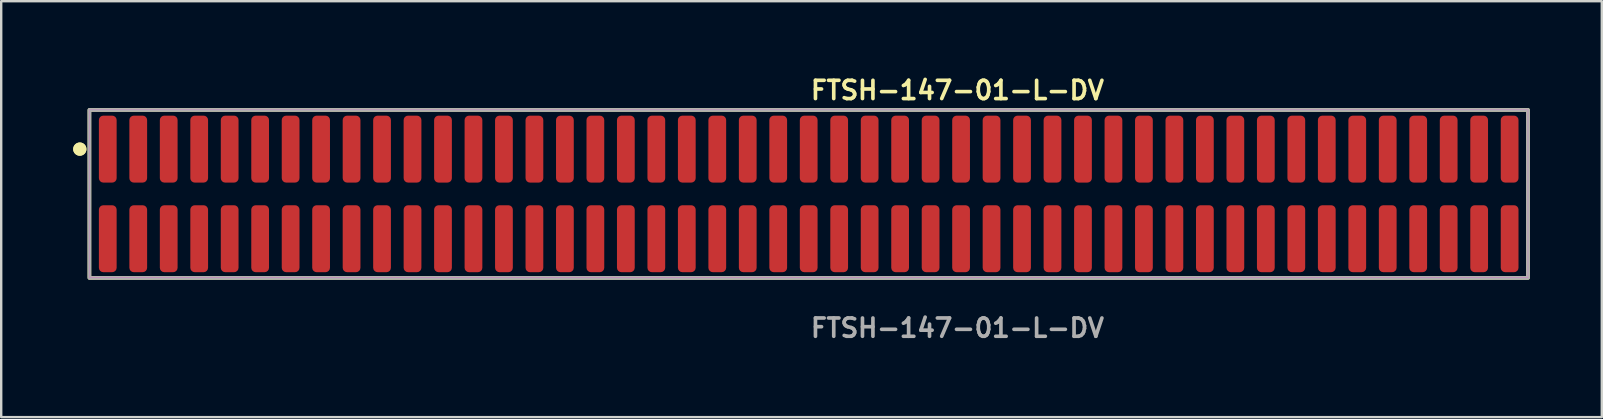
<source format=kicad_pcb>
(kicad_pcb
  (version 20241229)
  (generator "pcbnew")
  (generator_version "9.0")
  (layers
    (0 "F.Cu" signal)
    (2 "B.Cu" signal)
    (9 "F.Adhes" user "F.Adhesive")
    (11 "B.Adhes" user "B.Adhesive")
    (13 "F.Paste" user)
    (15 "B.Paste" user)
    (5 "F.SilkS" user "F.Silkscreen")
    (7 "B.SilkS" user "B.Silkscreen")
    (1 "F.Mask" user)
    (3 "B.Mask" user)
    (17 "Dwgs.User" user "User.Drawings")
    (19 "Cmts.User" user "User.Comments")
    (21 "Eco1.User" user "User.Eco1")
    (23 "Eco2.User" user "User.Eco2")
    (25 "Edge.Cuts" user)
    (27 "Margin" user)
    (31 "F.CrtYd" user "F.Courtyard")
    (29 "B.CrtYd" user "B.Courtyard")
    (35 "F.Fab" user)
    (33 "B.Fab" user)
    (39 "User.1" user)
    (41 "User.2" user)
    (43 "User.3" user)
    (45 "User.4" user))
  (footprint "FTSH-147-01-L-DV"
    (layer "F.Cu")
    (at 30.651 5.031)
    (property "Reference" "FTSH-147-01-L-DV" (at 0 -4.318 0) (unlocked yes) (layer "F.SilkS") (effects (font (size 0.762 0.762) (thickness 0.152)) (justify left)))
    (fp_rect (start -29.975 3.5) (end 29.975 -3.5) (stroke (width 0.152) (type solid)) (fill no) (layer "F.SilkS"))
    (fp_circle (center -30.375 -1.867) (end -30.575 -1.867) (stroke (width 0.152) (type solid)) (fill yes) (layer "F.SilkS"))
    (fp_circle (center -30.375 -1.867) (end -30.575 -1.867) (stroke (width 0.152) (type solid)) (fill yes) (layer "F.SilkS"))
    (fp_rect (start -29.975 3.5) (end 29.975 -3.5) (stroke (width 0.006) (type solid)) (fill no) (layer "F.CrtYd"))
    (fp_rect (start -29.975 3.5) (end 29.975 -3.5) (stroke (width 0.152) (type solid)) (fill no) (layer "F.Fab"))
    (fp_text user "${REFERENCE}" (at 0 5.588 0) (unlocked yes) (layer "F.Fab") (effects (font (size 0.762 0.762) (thickness 0.152)) (justify left)))
    (pad "1" smd roundrect (at -29.21 -1.867) (size 0.74 2.79) (layers "F.Cu" "F.Paste") (roundrect_rratio 0.25))
    (pad "2" smd roundrect (at -29.21 1.867) (size 0.74 2.79) (layers "F.Cu" "F.Paste") (roundrect_rratio 0.25))
    (pad "3" smd roundrect (at -27.94 -1.867) (size 0.74 2.79) (layers "F.Cu" "F.Paste") (roundrect_rratio 0.25))
    (pad "4" smd roundrect (at -27.94 1.867) (size 0.74 2.79) (layers "F.Cu" "F.Paste") (roundrect_rratio 0.25))
    (pad "5" smd roundrect (at -26.67 -1.867) (size 0.74 2.79) (layers "F.Cu" "F.Paste") (roundrect_rratio 0.25))
    (pad "6" smd roundrect (at -26.67 1.867) (size 0.74 2.79) (layers "F.Cu" "F.Paste") (roundrect_rratio 0.25))
    (pad "7" smd roundrect (at -25.4 -1.867) (size 0.74 2.79) (layers "F.Cu" "F.Paste") (roundrect_rratio 0.25))
    (pad "8" smd roundrect (at -25.4 1.867) (size 0.74 2.79) (layers "F.Cu" "F.Paste") (roundrect_rratio 0.25))
    (pad "9" smd roundrect (at -24.13 -1.867) (size 0.74 2.79) (layers "F.Cu" "F.Paste") (roundrect_rratio 0.25))
    (pad "10" smd roundrect (at -24.13 1.867) (size 0.74 2.79) (layers "F.Cu" "F.Paste") (roundrect_rratio 0.25))
    (pad "11" smd roundrect (at -22.86 -1.867) (size 0.74 2.79) (layers "F.Cu" "F.Paste") (roundrect_rratio 0.25))
    (pad "12" smd roundrect (at -22.86 1.867) (size 0.74 2.79) (layers "F.Cu" "F.Paste") (roundrect_rratio 0.25))
    (pad "13" smd roundrect (at -21.59 -1.867) (size 0.74 2.79) (layers "F.Cu" "F.Paste") (roundrect_rratio 0.25))
    (pad "14" smd roundrect (at -21.59 1.867) (size 0.74 2.79) (layers "F.Cu" "F.Paste") (roundrect_rratio 0.25))
    (pad "15" smd roundrect (at -20.32 -1.867) (size 0.74 2.79) (layers "F.Cu" "F.Paste") (roundrect_rratio 0.25))
    (pad "16" smd roundrect (at -20.32 1.867) (size 0.74 2.79) (layers "F.Cu" "F.Paste") (roundrect_rratio 0.25))
    (pad "17" smd roundrect (at -19.05 -1.867) (size 0.74 2.79) (layers "F.Cu" "F.Paste") (roundrect_rratio 0.25))
    (pad "18" smd roundrect (at -19.05 1.867) (size 0.74 2.79) (layers "F.Cu" "F.Paste") (roundrect_rratio 0.25))
    (pad "19" smd roundrect (at -17.78 -1.867) (size 0.74 2.79) (layers "F.Cu" "F.Paste") (roundrect_rratio 0.25))
    (pad "20" smd roundrect (at -17.78 1.867) (size 0.74 2.79) (layers "F.Cu" "F.Paste") (roundrect_rratio 0.25))
    (pad "21" smd roundrect (at -16.51 -1.867) (size 0.74 2.79) (layers "F.Cu" "F.Paste") (roundrect_rratio 0.25))
    (pad "22" smd roundrect (at -16.51 1.867) (size 0.74 2.79) (layers "F.Cu" "F.Paste") (roundrect_rratio 0.25))
    (pad "23" smd roundrect (at -15.24 -1.867) (size 0.74 2.79) (layers "F.Cu" "F.Paste") (roundrect_rratio 0.25))
    (pad "24" smd roundrect (at -15.24 1.867) (size 0.74 2.79) (layers "F.Cu" "F.Paste") (roundrect_rratio 0.25))
    (pad "25" smd roundrect (at -13.97 -1.867) (size 0.74 2.79) (layers "F.Cu" "F.Paste") (roundrect_rratio 0.25))
    (pad "26" smd roundrect (at -13.97 1.867) (size 0.74 2.79) (layers "F.Cu" "F.Paste") (roundrect_rratio 0.25))
    (pad "27" smd roundrect (at -12.7 -1.867) (size 0.74 2.79) (layers "F.Cu" "F.Paste") (roundrect_rratio 0.25))
    (pad "28" smd roundrect (at -12.7 1.867) (size 0.74 2.79) (layers "F.Cu" "F.Paste") (roundrect_rratio 0.25))
    (pad "29" smd roundrect (at -11.43 -1.867) (size 0.74 2.79) (layers "F.Cu" "F.Paste") (roundrect_rratio 0.25))
    (pad "30" smd roundrect (at -11.43 1.867) (size 0.74 2.79) (layers "F.Cu" "F.Paste") (roundrect_rratio 0.25))
    (pad "31" smd roundrect (at -10.16 -1.867) (size 0.74 2.79) (layers "F.Cu" "F.Paste") (roundrect_rratio 0.25))
    (pad "32" smd roundrect (at -10.16 1.867) (size 0.74 2.79) (layers "F.Cu" "F.Paste") (roundrect_rratio 0.25))
    (pad "33" smd roundrect (at -8.89 -1.867) (size 0.74 2.79) (layers "F.Cu" "F.Paste") (roundrect_rratio 0.25))
    (pad "34" smd roundrect (at -8.89 1.867) (size 0.74 2.79) (layers "F.Cu" "F.Paste") (roundrect_rratio 0.25))
    (pad "35" smd roundrect (at -7.62 -1.867) (size 0.74 2.79) (layers "F.Cu" "F.Paste") (roundrect_rratio 0.25))
    (pad "36" smd roundrect (at -7.62 1.867) (size 0.74 2.79) (layers "F.Cu" "F.Paste") (roundrect_rratio 0.25))
    (pad "37" smd roundrect (at -6.35 -1.867) (size 0.74 2.79) (layers "F.Cu" "F.Paste") (roundrect_rratio 0.25))
    (pad "38" smd roundrect (at -6.35 1.867) (size 0.74 2.79) (layers "F.Cu" "F.Paste") (roundrect_rratio 0.25))
    (pad "39" smd roundrect (at -5.08 -1.867) (size 0.74 2.79) (layers "F.Cu" "F.Paste") (roundrect_rratio 0.25))
    (pad "40" smd roundrect (at -5.08 1.867) (size 0.74 2.79) (layers "F.Cu" "F.Paste") (roundrect_rratio 0.25))
    (pad "41" smd roundrect (at -3.81 -1.867) (size 0.74 2.79) (layers "F.Cu" "F.Paste") (roundrect_rratio 0.25))
    (pad "42" smd roundrect (at -3.81 1.867) (size 0.74 2.79) (layers "F.Cu" "F.Paste") (roundrect_rratio 0.25))
    (pad "43" smd roundrect (at -2.54 -1.867) (size 0.74 2.79) (layers "F.Cu" "F.Paste") (roundrect_rratio 0.25))
    (pad "44" smd roundrect (at -2.54 1.867) (size 0.74 2.79) (layers "F.Cu" "F.Paste") (roundrect_rratio 0.25))
    (pad "45" smd roundrect (at -1.27 -1.867) (size 0.74 2.79) (layers "F.Cu" "F.Paste") (roundrect_rratio 0.25))
    (pad "46" smd roundrect (at -1.27 1.867) (size 0.74 2.79) (layers "F.Cu" "F.Paste") (roundrect_rratio 0.25))
    (pad "47" smd roundrect (at 0 -1.867) (size 0.74 2.79) (layers "F.Cu" "F.Paste") (roundrect_rratio 0.25))
    (pad "48" smd roundrect (at 0 1.867) (size 0.74 2.79) (layers "F.Cu" "F.Paste") (roundrect_rratio 0.25))
    (pad "49" smd roundrect (at 1.27 -1.867) (size 0.74 2.79) (layers "F.Cu" "F.Paste") (roundrect_rratio 0.25))
    (pad "50" smd roundrect (at 1.27 1.867) (size 0.74 2.79) (layers "F.Cu" "F.Paste") (roundrect_rratio 0.25))
    (pad "51" smd roundrect (at 2.54 -1.867) (size 0.74 2.79) (layers "F.Cu" "F.Paste") (roundrect_rratio 0.25))
    (pad "52" smd roundrect (at 2.54 1.867) (size 0.74 2.79) (layers "F.Cu" "F.Paste") (roundrect_rratio 0.25))
    (pad "53" smd roundrect (at 3.81 -1.867) (size 0.74 2.79) (layers "F.Cu" "F.Paste") (roundrect_rratio 0.25))
    (pad "54" smd roundrect (at 3.81 1.867) (size 0.74 2.79) (layers "F.Cu" "F.Paste") (roundrect_rratio 0.25))
    (pad "55" smd roundrect (at 5.08 -1.867) (size 0.74 2.79) (layers "F.Cu" "F.Paste") (roundrect_rratio 0.25))
    (pad "56" smd roundrect (at 5.08 1.867) (size 0.74 2.79) (layers "F.Cu" "F.Paste") (roundrect_rratio 0.25))
    (pad "57" smd roundrect (at 6.35 -1.867) (size 0.74 2.79) (layers "F.Cu" "F.Paste") (roundrect_rratio 0.25))
    (pad "58" smd roundrect (at 6.35 1.867) (size 0.74 2.79) (layers "F.Cu" "F.Paste") (roundrect_rratio 0.25))
    (pad "59" smd roundrect (at 7.62 -1.867) (size 0.74 2.79) (layers "F.Cu" "F.Paste") (roundrect_rratio 0.25))
    (pad "60" smd roundrect (at 7.62 1.867) (size 0.74 2.79) (layers "F.Cu" "F.Paste") (roundrect_rratio 0.25))
    (pad "61" smd roundrect (at 8.89 -1.867) (size 0.74 2.79) (layers "F.Cu" "F.Paste") (roundrect_rratio 0.25))
    (pad "62" smd roundrect (at 8.89 1.867) (size 0.74 2.79) (layers "F.Cu" "F.Paste") (roundrect_rratio 0.25))
    (pad "63" smd roundrect (at 10.16 -1.867) (size 0.74 2.79) (layers "F.Cu" "F.Paste") (roundrect_rratio 0.25))
    (pad "64" smd roundrect (at 10.16 1.867) (size 0.74 2.79) (layers "F.Cu" "F.Paste") (roundrect_rratio 0.25))
    (pad "65" smd roundrect (at 11.43 -1.867) (size 0.74 2.79) (layers "F.Cu" "F.Paste") (roundrect_rratio 0.25))
    (pad "66" smd roundrect (at 11.43 1.867) (size 0.74 2.79) (layers "F.Cu" "F.Paste") (roundrect_rratio 0.25))
    (pad "67" smd roundrect (at 12.7 -1.867) (size 0.74 2.79) (layers "F.Cu" "F.Paste") (roundrect_rratio 0.25))
    (pad "68" smd roundrect (at 12.7 1.867) (size 0.74 2.79) (layers "F.Cu" "F.Paste") (roundrect_rratio 0.25))
    (pad "69" smd roundrect (at 13.97 -1.867) (size 0.74 2.79) (layers "F.Cu" "F.Paste") (roundrect_rratio 0.25))
    (pad "70" smd roundrect (at 13.97 1.867) (size 0.74 2.79) (layers "F.Cu" "F.Paste") (roundrect_rratio 0.25))
    (pad "71" smd roundrect (at 15.24 -1.867) (size 0.74 2.79) (layers "F.Cu" "F.Paste") (roundrect_rratio 0.25))
    (pad "72" smd roundrect (at 15.24 1.867) (size 0.74 2.79) (layers "F.Cu" "F.Paste") (roundrect_rratio 0.25))
    (pad "73" smd roundrect (at 16.51 -1.867) (size 0.74 2.79) (layers "F.Cu" "F.Paste") (roundrect_rratio 0.25))
    (pad "74" smd roundrect (at 16.51 1.867) (size 0.74 2.79) (layers "F.Cu" "F.Paste") (roundrect_rratio 0.25))
    (pad "75" smd roundrect (at 17.78 -1.867) (size 0.74 2.79) (layers "F.Cu" "F.Paste") (roundrect_rratio 0.25))
    (pad "76" smd roundrect (at 17.78 1.867) (size 0.74 2.79) (layers "F.Cu" "F.Paste") (roundrect_rratio 0.25))
    (pad "77" smd roundrect (at 19.05 -1.867) (size 0.74 2.79) (layers "F.Cu" "F.Paste") (roundrect_rratio 0.25))
    (pad "78" smd roundrect (at 19.05 1.867) (size 0.74 2.79) (layers "F.Cu" "F.Paste") (roundrect_rratio 0.25))
    (pad "79" smd roundrect (at 20.32 -1.867) (size 0.74 2.79) (layers "F.Cu" "F.Paste") (roundrect_rratio 0.25))
    (pad "80" smd roundrect (at 20.32 1.867) (size 0.74 2.79) (layers "F.Cu" "F.Paste") (roundrect_rratio 0.25))
    (pad "81" smd roundrect (at 21.59 -1.867) (size 0.74 2.79) (layers "F.Cu" "F.Paste") (roundrect_rratio 0.25))
    (pad "82" smd roundrect (at 21.59 1.867) (size 0.74 2.79) (layers "F.Cu" "F.Paste") (roundrect_rratio 0.25))
    (pad "83" smd roundrect (at 22.86 -1.867) (size 0.74 2.79) (layers "F.Cu" "F.Paste") (roundrect_rratio 0.25))
    (pad "84" smd roundrect (at 22.86 1.867) (size 0.74 2.79) (layers "F.Cu" "F.Paste") (roundrect_rratio 0.25))
    (pad "85" smd roundrect (at 24.13 -1.867) (size 0.74 2.79) (layers "F.Cu" "F.Paste") (roundrect_rratio 0.25))
    (pad "86" smd roundrect (at 24.13 1.867) (size 0.74 2.79) (layers "F.Cu" "F.Paste") (roundrect_rratio 0.25))
    (pad "87" smd roundrect (at 25.4 -1.867) (size 0.74 2.79) (layers "F.Cu" "F.Paste") (roundrect_rratio 0.25))
    (pad "88" smd roundrect (at 25.4 1.867) (size 0.74 2.79) (layers "F.Cu" "F.Paste") (roundrect_rratio 0.25))
    (pad "89" smd roundrect (at 26.67 -1.867) (size 0.74 2.79) (layers "F.Cu" "F.Paste") (roundrect_rratio 0.25))
    (pad "90" smd roundrect (at 26.67 1.867) (size 0.74 2.79) (layers "F.Cu" "F.Paste") (roundrect_rratio 0.25))
    (pad "91" smd roundrect (at 27.94 -1.867) (size 0.74 2.79) (layers "F.Cu" "F.Paste") (roundrect_rratio 0.25))
    (pad "92" smd roundrect (at 27.94 1.867) (size 0.74 2.79) (layers "F.Cu" "F.Paste") (roundrect_rratio 0.25))
    (pad "93" smd roundrect (at 29.21 -1.867) (size 0.74 2.79) (layers "F.Cu" "F.Paste") (roundrect_rratio 0.25))
    (pad "94" smd roundrect (at 29.21 1.867) (size 0.74 2.79) (layers "F.Cu" "F.Paste") (roundrect_rratio 0.25)))
  (gr_rect
    (start -3 -3)
    (end 63.702 14.332)
    (stroke (width 0.1) (type default))
    (fill no)
    (layer "Edge.Cuts")))
</source>
